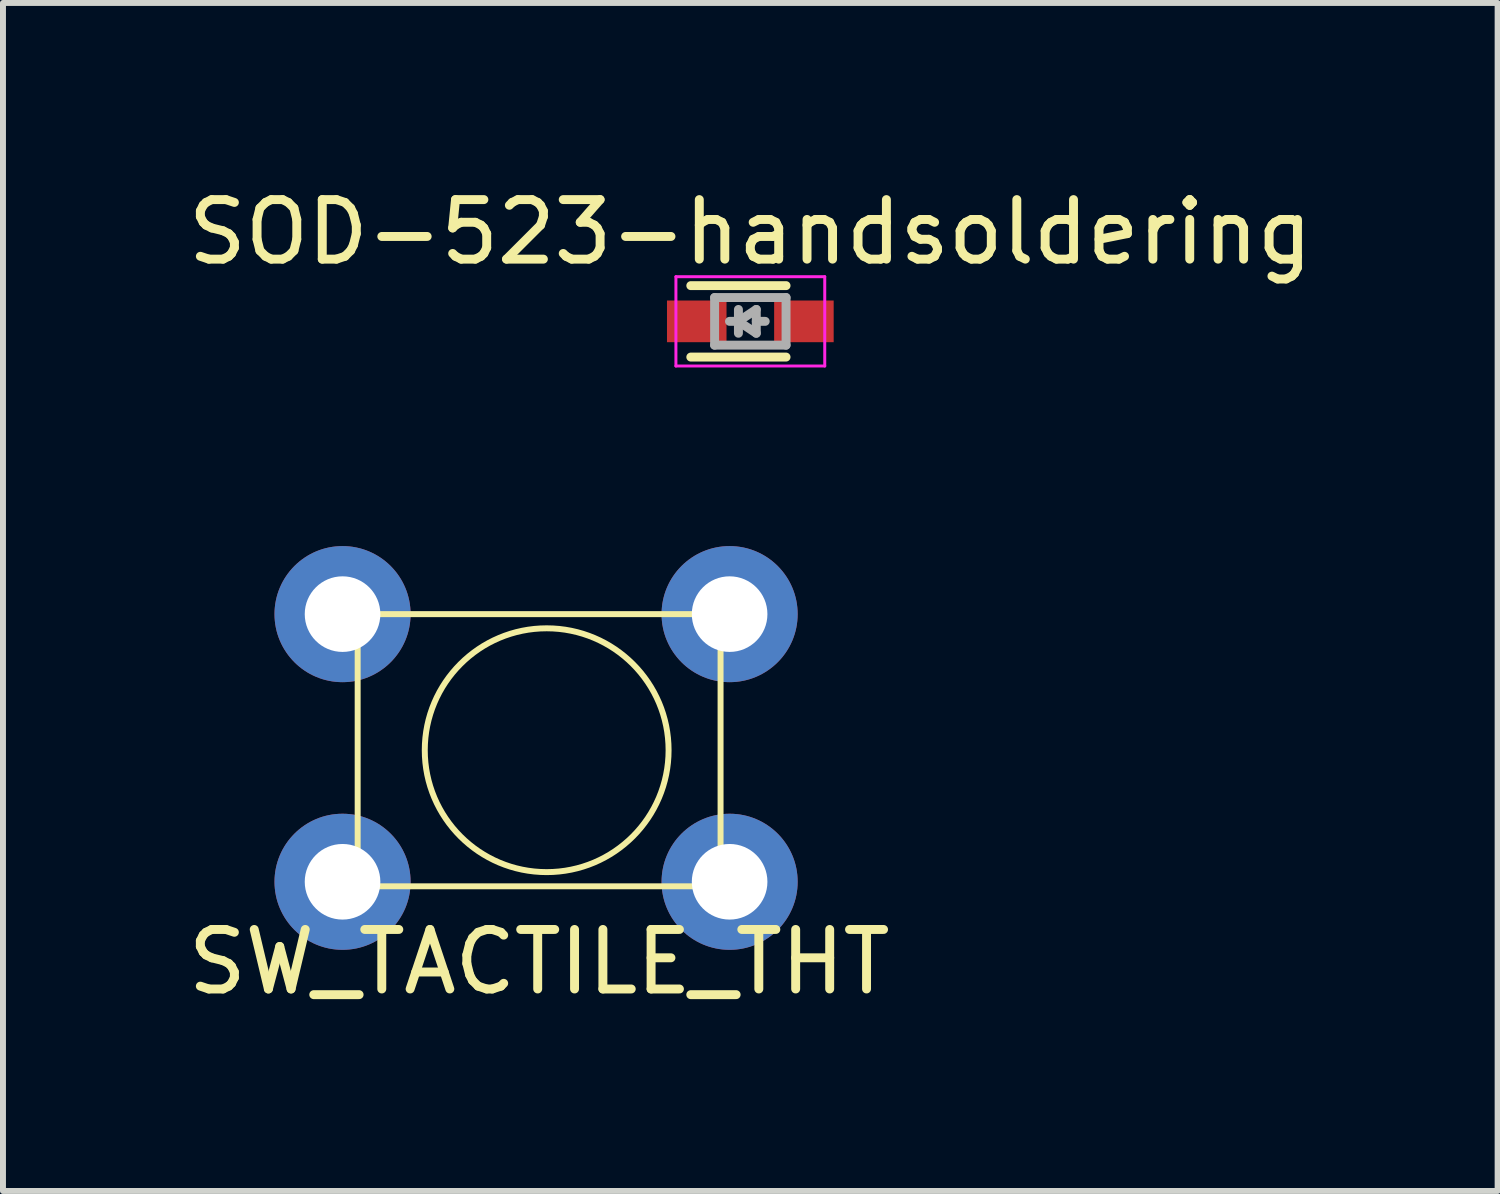
<source format=kicad_pcb>
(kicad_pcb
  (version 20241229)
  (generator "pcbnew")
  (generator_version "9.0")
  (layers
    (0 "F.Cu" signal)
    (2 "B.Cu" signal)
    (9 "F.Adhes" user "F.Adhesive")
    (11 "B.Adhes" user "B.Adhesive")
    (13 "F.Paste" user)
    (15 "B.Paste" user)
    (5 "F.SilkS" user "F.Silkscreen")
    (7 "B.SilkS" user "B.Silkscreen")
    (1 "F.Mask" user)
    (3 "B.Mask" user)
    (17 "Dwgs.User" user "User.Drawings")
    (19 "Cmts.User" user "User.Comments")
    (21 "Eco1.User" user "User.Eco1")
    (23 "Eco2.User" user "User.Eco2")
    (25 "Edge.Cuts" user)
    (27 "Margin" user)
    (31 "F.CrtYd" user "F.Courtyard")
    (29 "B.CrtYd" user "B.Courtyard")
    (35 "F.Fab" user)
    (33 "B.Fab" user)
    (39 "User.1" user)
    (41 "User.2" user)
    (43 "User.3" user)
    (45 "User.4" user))
  (footprint "SOD-523-handsoldering"
    (layer "F.Cu")
    (at 9.554 2.348)
    (property "Reference" "SOD-523-handsoldering" (at 0 -1.5 0) (layer "F.SilkS") (effects (font (size 1 1) (thickness 0.15))))
    (attr smd)
    (fp_line (start 0.6 -0.6) (end -1 -0.6) (stroke (width 0.15) (type solid)) (layer "F.SilkS"))
    (fp_line (start 0.6 0.6) (end -1 0.6) (stroke (width 0.15) (type solid)) (layer "F.SilkS"))
    (fp_line (start -1.25 -0.75) (end 1.25 -0.75) (stroke (width 0.05) (type solid)) (layer "F.CrtYd"))
    (fp_line (start -1.25 0.75) (end -1.25 -0.75) (stroke (width 0.05) (type solid)) (layer "F.CrtYd"))
    (fp_line (start 1.25 -0.75) (end 1.25 0.75) (stroke (width 0.05) (type solid)) (layer "F.CrtYd"))
    (fp_line (start 1.25 0.75) (end -1.25 0.75) (stroke (width 0.05) (type solid)) (layer "F.CrtYd"))
    (fp_line (start -0.6 -0.4) (end 0.6 -0.4) (stroke (width 0.15) (type solid)) (layer "F.Fab"))
    (fp_line (start -0.6 0.4) (end -0.6 -0.4) (stroke (width 0.15) (type solid)) (layer "F.Fab"))
    (fp_line (start -0.2 0) (end -0.35 0) (stroke (width 0.15) (type solid)) (layer "F.Fab"))
    (fp_line (start -0.2 0) (end 0.1 0.2) (stroke (width 0.15) (type solid)) (layer "F.Fab"))
    (fp_line (start -0.2 0.2) (end -0.2 -0.2) (stroke (width 0.15) (type solid)) (layer "F.Fab"))
    (fp_line (start 0.1 -0.2) (end -0.2 0) (stroke (width 0.15) (type solid)) (layer "F.Fab"))
    (fp_line (start 0.1 0) (end 0.25 0) (stroke (width 0.15) (type solid)) (layer "F.Fab"))
    (fp_line (start 0.1 0.2) (end 0.1 -0.2) (stroke (width 0.15) (type solid)) (layer "F.Fab"))
    (fp_line (start 0.6 -0.4) (end 0.6 0.4) (stroke (width 0.15) (type solid)) (layer "F.Fab"))
    (fp_line (start 0.6 0.4) (end -0.6 0.4) (stroke (width 0.15) (type solid)) (layer "F.Fab"))
    (pad "1" smd rect (at -0.9 0 180) (size 1 0.7) (layers "F.Cu" "F.Mask" "F.Paste"))
    (pad "2" smd rect (at 0.9 0 180) (size 1 0.7) (layers "F.Cu" "F.Mask" "F.Paste")))
  (footprint "SW_TACTILE_THT"
    (layer "F.Cu")
    (at 2.704 7.266)
    (property "Reference" "SW_TACTILE_THT" (at 3.302 5.842 0) (layer "F.SilkS") (effects (font (size 1 1) (thickness 0.15))))
    (attr through_hole)
    (fp_line (start 0 4.572) (end 0.254 4.572) (stroke (width 0.1) (type solid)) (layer "F.SilkS"))
    (fp_line (start 0.254 0) (end 0.254 4.572) (stroke (width 0.1) (type solid)) (layer "F.SilkS"))
    (fp_line (start 0.254 0) (end 6.35 0) (stroke (width 0.1) (type solid)) (layer "F.SilkS"))
    (fp_line (start 6.35 0) (end 6.35 4.572) (stroke (width 0.1) (type solid)) (layer "F.SilkS"))
    (fp_line (start 6.35 4.572) (end 0 4.572) (stroke (width 0.1) (type solid)) (layer "F.SilkS"))
    (fp_circle (center 3.429 2.286) (end 5.461 2.54) (stroke (width 0.1) (type solid)) (fill no) (layer "F.SilkS"))
    (pad "1" thru_hole circle (at 0 0) (size 2.286 2.286) (drill 1.27) (layers "*.Cu" "*.Mask"))
    (pad "1" thru_hole circle (at 0 4.496) (size 2.286 2.286) (drill 1.27) (layers "*.Cu" "*.Mask"))
    (pad "2" thru_hole circle (at 6.502 0) (size 2.286 2.286) (drill 1.27) (layers "*.Cu" "*.Mask"))
    (pad "2" thru_hole circle (at 6.502 4.496) (size 2.286 2.286) (drill 1.27) (layers "*.Cu" "*.Mask")))
  (gr_rect
    (start -3 -3)
    (end 22.107 16.956)
    (stroke (width 0.1) (type default))
    (fill no)
    (layer "Edge.Cuts")))
</source>
